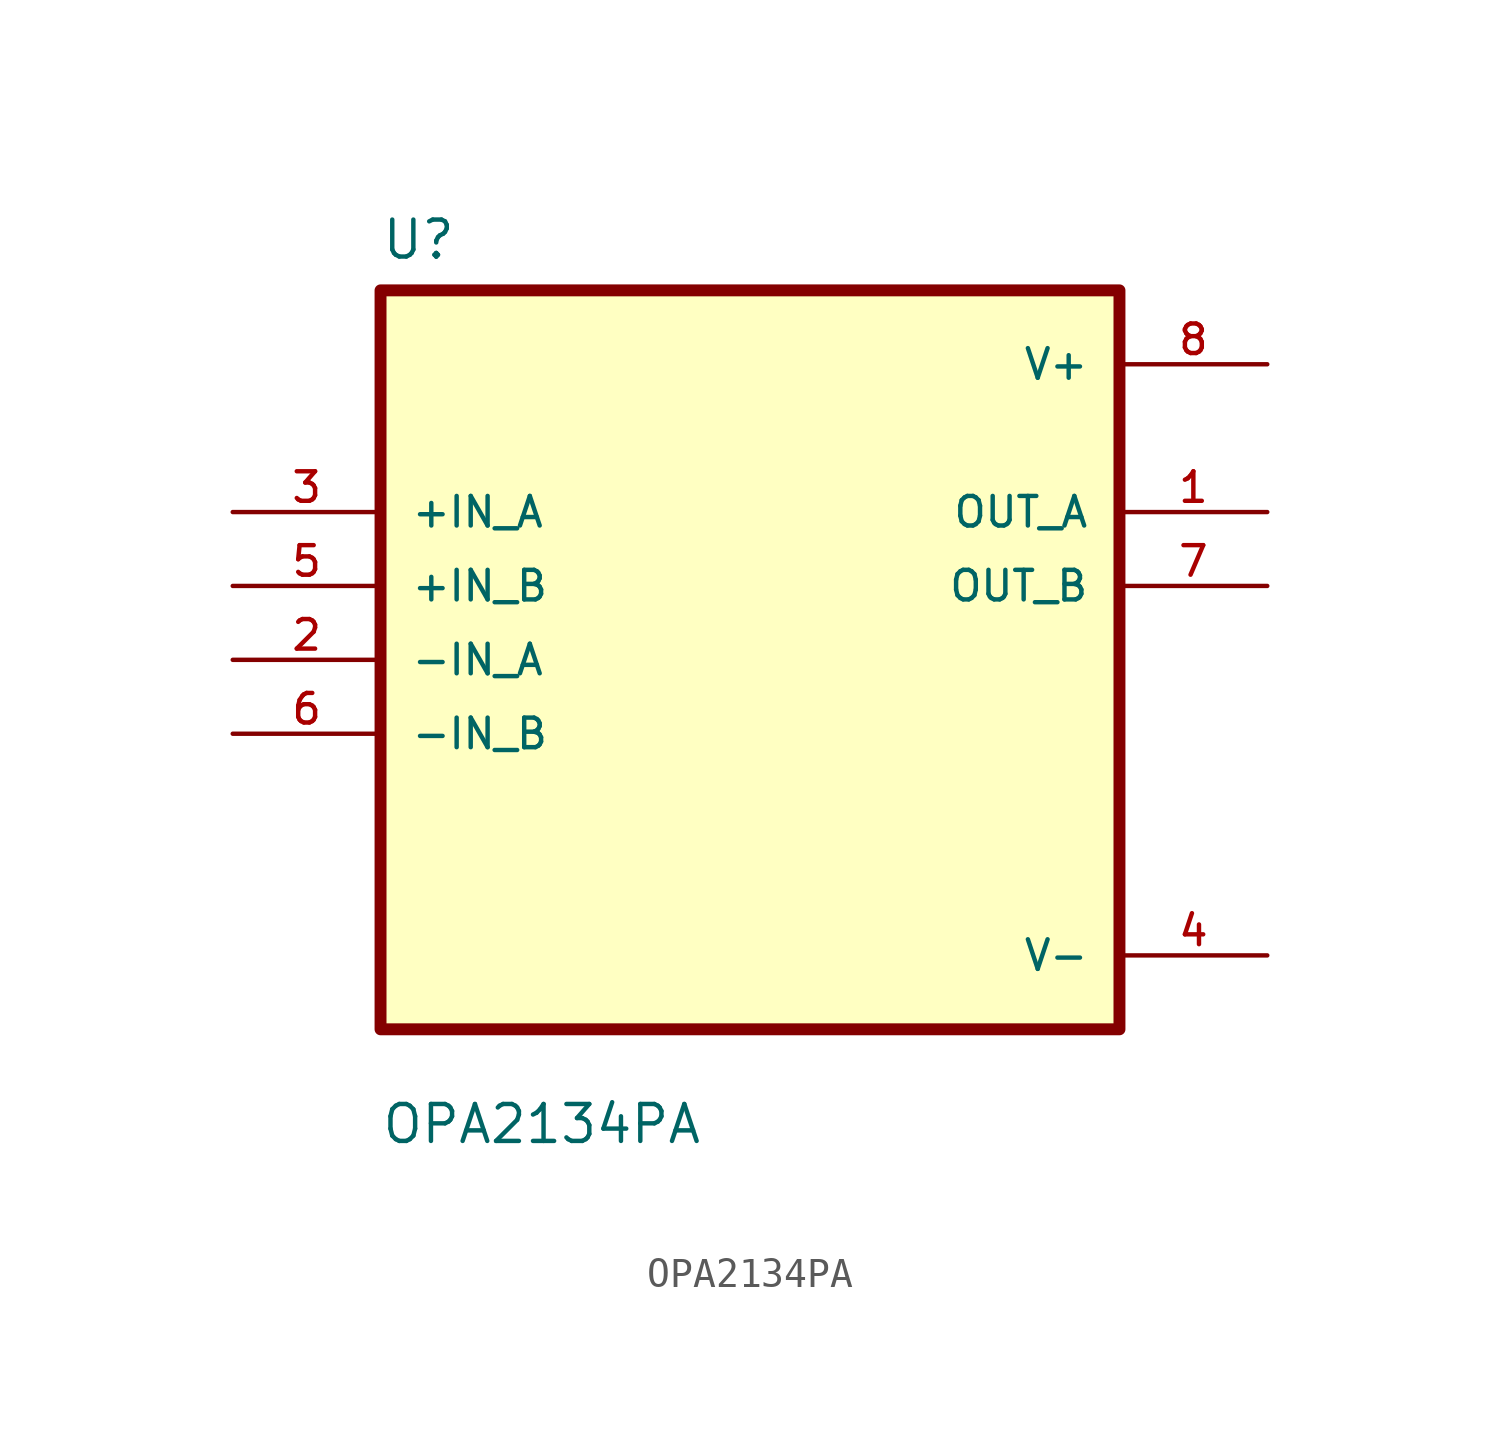
<source format=kicad_sym>
(kicad_symbol_lib
  (version 20211014)
  (generator kicad_symbol_editor)
  (symbol "OPA2134PA"
    (pin_names
      (offset 1.016))
    (property "Reference" "U"
      (at -12.7 13.7 0.0)
      (effects (font (size 1.27 1.27)) (justify bottom left)))
    (property "Value" "OPA2134PA"
      (at -12.7 -16.7 0.0)
      (effects (font (size 1.27 1.27)) (justify bottom left)))
    (symbol "OPA2134PA_0_0"
      (rectangle (start -12.7 -12.7) (end 12.7 12.7) (stroke (width 0.41)) (fill (type background)))
      (pin input line (at -17.78 5.08 0) (length 5.08) (name "+IN_A" (effects (font (size 1.016 1.016)))) (number "3" (effects (font (size 1.016 1.016)))))
      (pin input line (at -17.78 2.54 0) (length 5.08) (name "+IN_B" (effects (font (size 1.016 1.016)))) (number "5" (effects (font (size 1.016 1.016)))))
      (pin input line (at -17.78 -8.88178e-16 0) (length 5.08) (name "-IN_A" (effects (font (size 1.016 1.016)))) (number "2" (effects (font (size 1.016 1.016)))))
      (pin input line (at -17.78 -2.54 0) (length 5.08) (name "-IN_B" (effects (font (size 1.016 1.016)))) (number "6" (effects (font (size 1.016 1.016)))))
      (pin power_in line (at 17.78 10.16 180.0) (length 5.08) (name "V+" (effects (font (size 1.016 1.016)))) (number "8" (effects (font (size 1.016 1.016)))))
      (pin output line (at 17.78 5.08 180.0) (length 5.08) (name "OUT_A" (effects (font (size 1.016 1.016)))) (number "1" (effects (font (size 1.016 1.016)))))
      (pin output line (at 17.78 2.54 180.0) (length 5.08) (name "OUT_B" (effects (font (size 1.016 1.016)))) (number "7" (effects (font (size 1.016 1.016)))))
      (pin power_in line (at 17.78 -10.16 180.0) (length 5.08) (name "V-" (effects (font (size 1.016 1.016)))) (number "4" (effects (font (size 1.016 1.016))))))))
</source>
